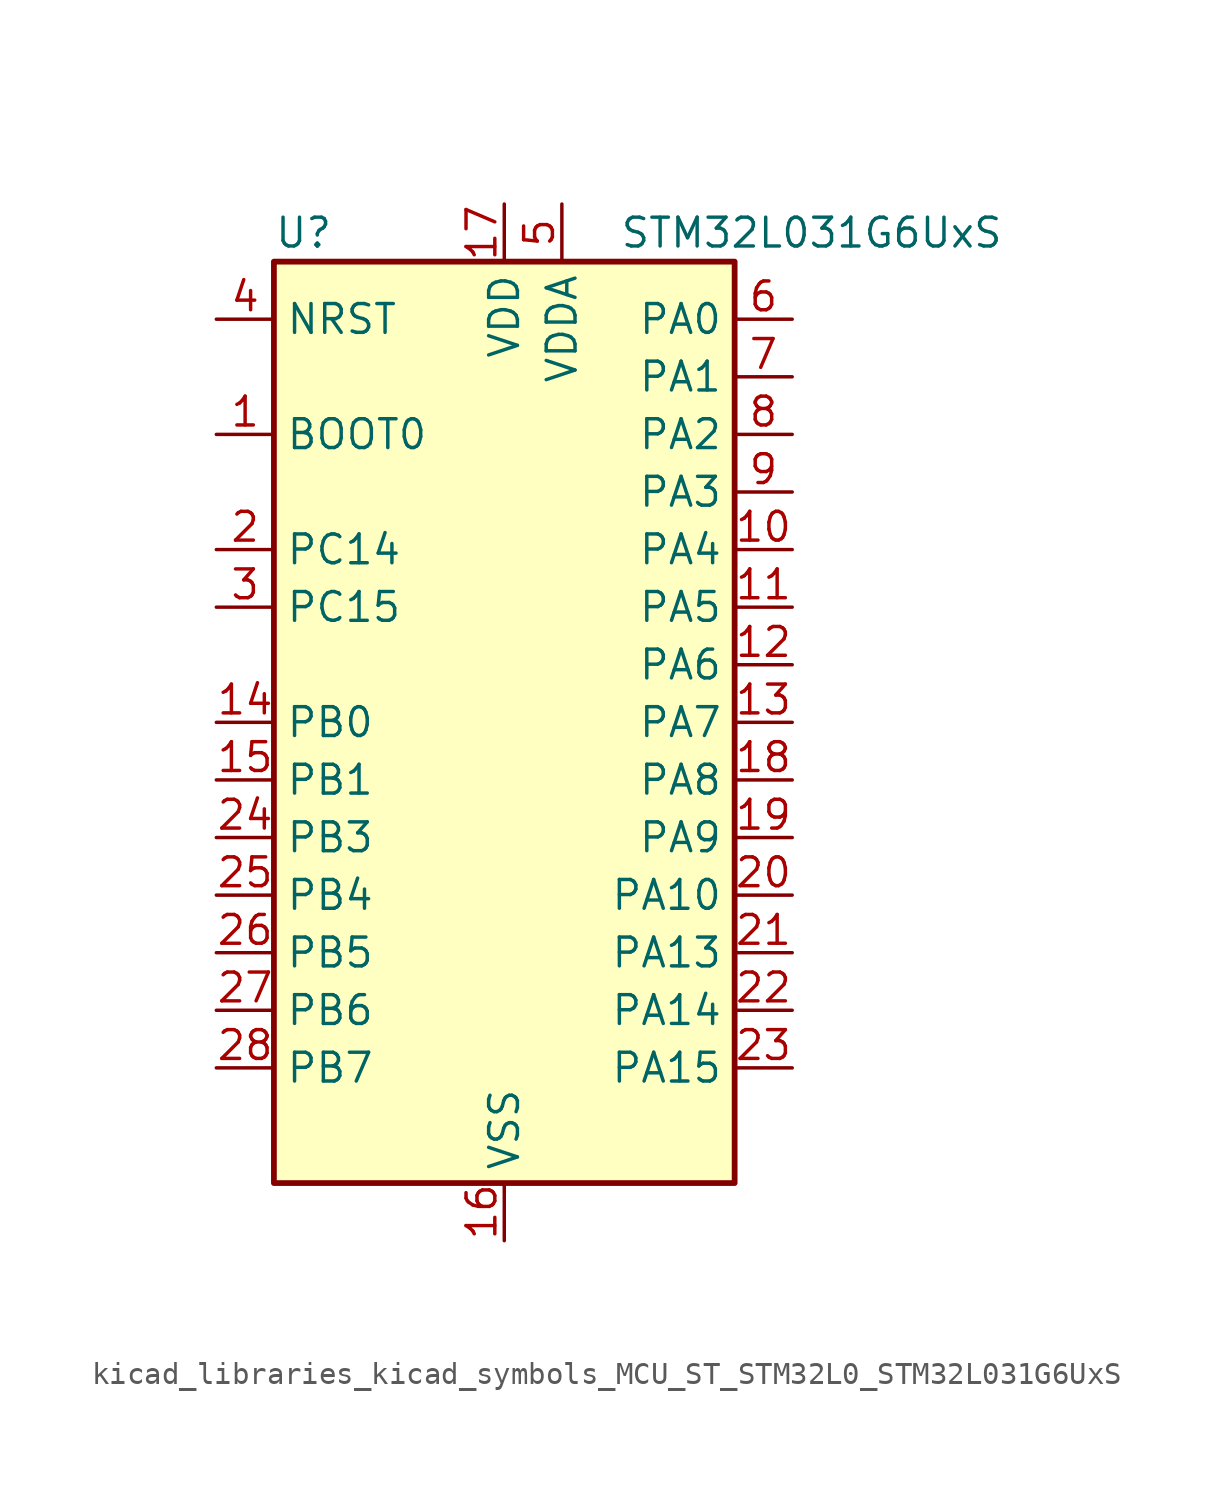
<source format=kicad_sym>
(kicad_symbol_lib
  (version 20220914)
  (generator kicad_symbol_editor)
  (symbol "kicad_libraries_kicad_symbols_MCU_ST_STM32L0_STM32L031G6UxS"
    (property "Reference" "U"
      (at -10.16 21.59 0)
      (effects (font (size 1.27 1.27)) (justify left)))
    (property "Value" "STM32L031G6UxS"
      (at 5.08 21.59 0)
      (effects (font (size 1.27 1.27)) (justify left)))
    (property "ki_locked" ""
      (at 0 0 0)
      (effects (font (size 1.27 1.27))))
    (symbol "kicad_libraries_kicad_symbols_MCU_ST_STM32L0_STM32L031G6UxS_0_1"
      (rectangle (start -10.16 -20.32) (end 10.16 20.32) (stroke (width 0.254) (type default)) (fill (type background))))
    (symbol "kicad_libraries_kicad_symbols_MCU_ST_STM32L0_STM32L031G6UxS_1_1"
      (pin input line (at -12.7 12.7 0) (length 2.54) (name "BOOT0" (effects (font (size 1.27 1.27)))) (number "1" (effects (font (size 1.27 1.27)))))
      (pin bidirectional line (at 12.7 7.62 180) (length 2.54) (name "PA4" (effects (font (size 1.27 1.27)))) (number "10" (effects (font (size 1.27 1.27)))) (alternate "ADC_IN4" bidirectional line) (alternate "COMP1_INM" bidirectional line) (alternate "COMP2_INM" bidirectional line) (alternate "LPTIM1_IN1" bidirectional line) (alternate "SPI1_NSS" bidirectional line) (alternate "TIM22_ETR" bidirectional line) (alternate "USART2_CK" bidirectional line))
      (pin bidirectional line (at 12.7 5.08 180) (length 2.54) (name "PA5" (effects (font (size 1.27 1.27)))) (number "11" (effects (font (size 1.27 1.27)))) (alternate "ADC_IN5" bidirectional line) (alternate "COMP1_INM" bidirectional line) (alternate "COMP2_INM" bidirectional line) (alternate "LPTIM1_IN2" bidirectional line) (alternate "SPI1_SCK" bidirectional line) (alternate "TIM2_CH1" bidirectional line) (alternate "TIM2_ETR" bidirectional line))
      (pin bidirectional line (at 12.7 2.54 180) (length 2.54) (name "PA6" (effects (font (size 1.27 1.27)))) (number "12" (effects (font (size 1.27 1.27)))) (alternate "ADC_IN6" bidirectional line) (alternate "COMP1_OUT" bidirectional line) (alternate "LPTIM1_ETR" bidirectional line) (alternate "LPUART1_CTS" bidirectional line) (alternate "SPI1_MISO" bidirectional line) (alternate "TIM22_CH1" bidirectional line))
      (pin bidirectional line (at 12.7 0 180) (length 2.54) (name "PA7" (effects (font (size 1.27 1.27)))) (number "13" (effects (font (size 1.27 1.27)))) (alternate "ADC_IN7" bidirectional line) (alternate "COMP2_OUT" bidirectional line) (alternate "LPTIM1_OUT" bidirectional line) (alternate "SPI1_MOSI" bidirectional line) (alternate "TIM22_CH2" bidirectional line) (alternate "USART2_CTS" bidirectional line))
      (pin bidirectional line (at -12.7 0 0) (length 2.54) (name "PB0" (effects (font (size 1.27 1.27)))) (number "14" (effects (font (size 1.27 1.27)))) (alternate "ADC_IN8" bidirectional line) (alternate "SPI1_MISO" bidirectional line) (alternate "SYS_VREF_OUT_PB0" bidirectional line) (alternate "TIM2_CH3" bidirectional line) (alternate "USART2_DE" bidirectional line) (alternate "USART2_RTS" bidirectional line))
      (pin bidirectional line (at -12.7 -2.54 0) (length 2.54) (name "PB1" (effects (font (size 1.27 1.27)))) (number "15" (effects (font (size 1.27 1.27)))) (alternate "ADC_IN9" bidirectional line) (alternate "LPUART1_DE" bidirectional line) (alternate "LPUART1_RTS" bidirectional line) (alternate "SPI1_MOSI" bidirectional line) (alternate "SYS_VREF_OUT_PB1" bidirectional line) (alternate "TIM2_CH4" bidirectional line) (alternate "USART2_CK" bidirectional line))
      (pin power_in line (at 0 -22.86 90) (length 2.54) (name "VSS" (effects (font (size 1.27 1.27)))) (number "16" (effects (font (size 1.27 1.27)))))
      (pin power_in line (at 0 22.86 270) (length 2.54) (name "VDD" (effects (font (size 1.27 1.27)))) (number "17" (effects (font (size 1.27 1.27)))))
      (pin bidirectional line (at 12.7 -2.54 180) (length 2.54) (name "PA8" (effects (font (size 1.27 1.27)))) (number "18" (effects (font (size 1.27 1.27)))) (alternate "LPTIM1_IN1" bidirectional line) (alternate "RCC_MCO" bidirectional line) (alternate "TIM2_CH1" bidirectional line) (alternate "USART2_CK" bidirectional line))
      (pin bidirectional line (at 12.7 -5.08 180) (length 2.54) (name "PA9" (effects (font (size 1.27 1.27)))) (number "19" (effects (font (size 1.27 1.27)))) (alternate "I2C1_SCL" bidirectional line) (alternate "RCC_MCO" bidirectional line) (alternate "TIM22_CH1" bidirectional line) (alternate "USART2_TX" bidirectional line))
      (pin bidirectional line (at -12.7 7.62 0) (length 2.54) (name "PC14" (effects (font (size 1.27 1.27)))) (number "2" (effects (font (size 1.27 1.27)))) (alternate "RCC_OSC32_IN" bidirectional line))
      (pin bidirectional line (at 12.7 -7.62 180) (length 2.54) (name "PA10" (effects (font (size 1.27 1.27)))) (number "20" (effects (font (size 1.27 1.27)))) (alternate "I2C1_SDA" bidirectional line) (alternate "TIM22_CH2" bidirectional line) (alternate "USART2_RX" bidirectional line))
      (pin bidirectional line (at 12.7 -10.16 180) (length 2.54) (name "PA13" (effects (font (size 1.27 1.27)))) (number "21" (effects (font (size 1.27 1.27)))) (alternate "LPTIM1_ETR" bidirectional line) (alternate "LPUART1_RX" bidirectional line) (alternate "SYS_SWDIO" bidirectional line))
      (pin bidirectional line (at 12.7 -12.7 180) (length 2.54) (name "PA14" (effects (font (size 1.27 1.27)))) (number "22" (effects (font (size 1.27 1.27)))) (alternate "I2C1_SMBA" bidirectional line) (alternate "LPTIM1_OUT" bidirectional line) (alternate "LPUART1_TX" bidirectional line) (alternate "SYS_SWCLK" bidirectional line) (alternate "USART2_TX" bidirectional line))
      (pin bidirectional line (at 12.7 -15.24 180) (length 2.54) (name "PA15" (effects (font (size 1.27 1.27)))) (number "23" (effects (font (size 1.27 1.27)))) (alternate "SPI1_NSS" bidirectional line) (alternate "TIM2_CH1" bidirectional line) (alternate "TIM2_ETR" bidirectional line) (alternate "USART2_RX" bidirectional line))
      (pin bidirectional line (at -12.7 -5.08 0) (length 2.54) (name "PB3" (effects (font (size 1.27 1.27)))) (number "24" (effects (font (size 1.27 1.27)))) (alternate "COMP2_INM" bidirectional line) (alternate "SPI1_SCK" bidirectional line) (alternate "TIM2_CH2" bidirectional line))
      (pin bidirectional line (at -12.7 -7.62 0) (length 2.54) (name "PB4" (effects (font (size 1.27 1.27)))) (number "25" (effects (font (size 1.27 1.27)))) (alternate "COMP2_INP" bidirectional line) (alternate "SPI1_MISO" bidirectional line) (alternate "TIM22_CH1" bidirectional line))
      (pin bidirectional line (at -12.7 -10.16 0) (length 2.54) (name "PB5" (effects (font (size 1.27 1.27)))) (number "26" (effects (font (size 1.27 1.27)))) (alternate "COMP2_INP" bidirectional line) (alternate "I2C1_SMBA" bidirectional line) (alternate "LPTIM1_IN1" bidirectional line) (alternate "SPI1_MOSI" bidirectional line) (alternate "TIM22_CH2" bidirectional line))
      (pin bidirectional line (at -12.7 -12.7 0) (length 2.54) (name "PB6" (effects (font (size 1.27 1.27)))) (number "27" (effects (font (size 1.27 1.27)))) (alternate "COMP2_INP" bidirectional line) (alternate "I2C1_SCL" bidirectional line) (alternate "LPTIM1_ETR" bidirectional line) (alternate "TIM21_CH1" bidirectional line) (alternate "USART2_TX" bidirectional line))
      (pin bidirectional line (at -12.7 -15.24 0) (length 2.54) (name "PB7" (effects (font (size 1.27 1.27)))) (number "28" (effects (font (size 1.27 1.27)))) (alternate "COMP2_INP" bidirectional line) (alternate "I2C1_SDA" bidirectional line) (alternate "LPTIM1_IN2" bidirectional line) (alternate "SYS_PVD_IN" bidirectional line) (alternate "USART2_RX" bidirectional line))
      (pin bidirectional line (at -12.7 5.08 0) (length 2.54) (name "PC15" (effects (font (size 1.27 1.27)))) (number "3" (effects (font (size 1.27 1.27)))) (alternate "RCC_OSC32_OUT" bidirectional line))
      (pin input line (at -12.7 17.78 0) (length 2.54) (name "NRST" (effects (font (size 1.27 1.27)))) (number "4" (effects (font (size 1.27 1.27)))))
      (pin power_in line (at 2.54 22.86 270) (length 2.54) (name "VDDA" (effects (font (size 1.27 1.27)))) (number "5" (effects (font (size 1.27 1.27)))))
      (pin bidirectional line (at 12.7 17.78 180) (length 2.54) (name "PA0" (effects (font (size 1.27 1.27)))) (number "6" (effects (font (size 1.27 1.27)))) (alternate "ADC_IN0" bidirectional line) (alternate "COMP1_INM" bidirectional line) (alternate "COMP1_OUT" bidirectional line) (alternate "LPTIM1_IN1" bidirectional line) (alternate "RCC_CK_IN" bidirectional line) (alternate "RTC_TAMP2" bidirectional line) (alternate "SYS_WKUP1" bidirectional line) (alternate "TIM2_CH1" bidirectional line) (alternate "TIM2_ETR" bidirectional line) (alternate "USART2_CTS" bidirectional line))
      (pin bidirectional line (at 12.7 15.24 180) (length 2.54) (name "PA1" (effects (font (size 1.27 1.27)))) (number "7" (effects (font (size 1.27 1.27)))) (alternate "ADC_IN1" bidirectional line) (alternate "COMP1_INP" bidirectional line) (alternate "I2C1_SMBA" bidirectional line) (alternate "LPTIM1_IN2" bidirectional line) (alternate "TIM21_ETR" bidirectional line) (alternate "TIM2_CH2" bidirectional line) (alternate "USART2_DE" bidirectional line) (alternate "USART2_RTS" bidirectional line))
      (pin bidirectional line (at 12.7 12.7 180) (length 2.54) (name "PA2" (effects (font (size 1.27 1.27)))) (number "8" (effects (font (size 1.27 1.27)))) (alternate "ADC_IN2" bidirectional line) (alternate "COMP2_INM" bidirectional line) (alternate "COMP2_OUT" bidirectional line) (alternate "LPUART1_TX" bidirectional line) (alternate "RTC_OUT_ALARM" bidirectional line) (alternate "RTC_OUT_CALIB" bidirectional line) (alternate "RTC_TAMP3" bidirectional line) (alternate "RTC_TS" bidirectional line) (alternate "SYS_WKUP3" bidirectional line) (alternate "TIM21_CH1" bidirectional line) (alternate "TIM2_CH3" bidirectional line) (alternate "USART2_TX" bidirectional line))
      (pin bidirectional line (at 12.7 10.16 180) (length 2.54) (name "PA3" (effects (font (size 1.27 1.27)))) (number "9" (effects (font (size 1.27 1.27)))) (alternate "ADC_IN3" bidirectional line) (alternate "COMP2_INP" bidirectional line) (alternate "LPUART1_RX" bidirectional line) (alternate "TIM21_CH2" bidirectional line) (alternate "TIM2_CH4" bidirectional line) (alternate "USART2_RX" bidirectional line)))))
</source>
